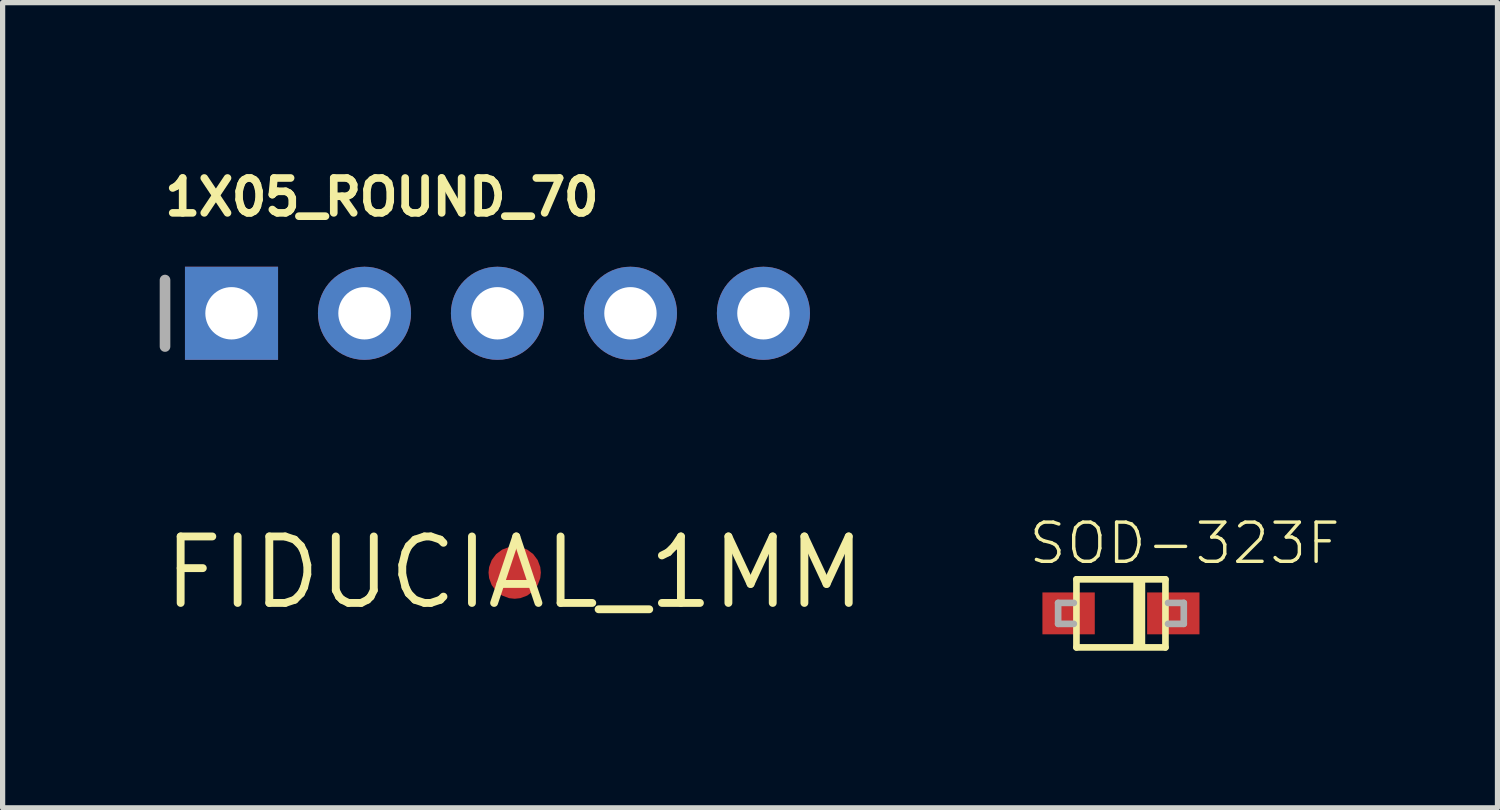
<source format=kicad_pcb>
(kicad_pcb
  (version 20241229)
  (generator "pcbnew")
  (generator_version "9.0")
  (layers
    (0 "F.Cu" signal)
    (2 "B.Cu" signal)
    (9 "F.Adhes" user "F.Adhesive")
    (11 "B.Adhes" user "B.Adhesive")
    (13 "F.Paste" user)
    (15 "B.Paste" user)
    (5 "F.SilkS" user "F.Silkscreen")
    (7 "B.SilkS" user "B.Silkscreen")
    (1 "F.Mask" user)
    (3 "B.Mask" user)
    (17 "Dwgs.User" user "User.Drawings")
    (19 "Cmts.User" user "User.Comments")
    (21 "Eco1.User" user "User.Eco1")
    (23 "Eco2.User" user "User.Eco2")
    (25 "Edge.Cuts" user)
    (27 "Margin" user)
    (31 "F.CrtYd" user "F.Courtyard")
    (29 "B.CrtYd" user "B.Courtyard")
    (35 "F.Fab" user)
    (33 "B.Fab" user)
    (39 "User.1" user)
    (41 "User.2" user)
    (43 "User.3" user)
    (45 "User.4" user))
  (footprint "1X05_ROUND_70"
    (layer "F.Cu")
    (at 6.452 2.934)
    (property "Reference" "1X05_ROUND_70" (at -6.426 -1.829 0) (layer "F.SilkS") (effects (font (size 0.666 0.666) (thickness 0.146)) (justify left bottom)))
    (fp_line (start -6.35 -0.635) (end -6.35 0.635) (stroke (width 0.203) (type solid)) (layer "F.Fab"))
    (fp_poly (pts (xy -5.334 0.254) (xy -4.826 0.254) (xy -4.826 -0.254) (xy -5.334 -0.254)) (stroke (width 0.1) (type solid)) (fill no) (layer "F.Fab"))
    (fp_poly (pts (xy -2.794 0.254) (xy -2.286 0.254) (xy -2.286 -0.254) (xy -2.794 -0.254)) (stroke (width 0.1) (type solid)) (fill no) (layer "F.Fab"))
    (fp_poly (pts (xy -0.254 0.254) (xy 0.254 0.254) (xy 0.254 -0.254) (xy -0.254 -0.254)) (stroke (width 0.1) (type solid)) (fill no) (layer "F.Fab"))
    (fp_poly (pts (xy 2.286 0.254) (xy 2.794 0.254) (xy 2.794 -0.254) (xy 2.286 -0.254)) (stroke (width 0.1) (type solid)) (fill no) (layer "F.Fab"))
    (fp_poly (pts (xy 4.826 0.254) (xy 5.334 0.254) (xy 5.334 -0.254) (xy 4.826 -0.254)) (stroke (width 0.1) (type solid)) (fill no) (layer "F.Fab"))
    (pad "1" thru_hole rect (at -5.08 0 90) (size 1.778 1.778) (drill 1) (layers "*.Cu" "*.Mask"))
    (pad "2" thru_hole circle (at -2.54 0 90) (size 1.778 1.778) (drill 1) (layers "*.Cu" "*.Mask"))
    (pad "3" thru_hole circle (at 0 0 90) (size 1.778 1.778) (drill 1) (layers "*.Cu" "*.Mask"))
    (pad "4" thru_hole circle (at 2.54 0 90) (size 1.778 1.778) (drill 1) (layers "*.Cu" "*.Mask"))
    (pad "5" thru_hole circle (at 5.08 0 90) (size 1.778 1.778) (drill 1) (layers "*.Cu" "*.Mask")))
  (footprint "FIDUCIAL_1MM"
    (layer "F.Cu")
    (at 6.781 7.887)
    (property "Reference" "FIDUCIAL_1MM" (at 0 0 0) (layer "F.SilkS") (effects (font (size 1.27 1.27) (thickness 0.15))))
    (fp_poly (pts (xy 0.404 -0.984) (xy 0.591 -0.885) (xy 0.752 -0.752) (xy 0.885 -0.591) (xy 0.983 -0.407) (xy 1.043 -0.208) (xy 1.064 0.003) (xy 0.984 0.404) (xy 0.885 0.591) (xy 0.752 0.752) (xy 0.591 0.885) (xy 0.407 0.983) (xy 0.208 1.043) (xy -0.003 1.064) (xy -0.404 0.984) (xy -0.591 0.885) (xy -0.752 0.752) (xy -0.885 0.591) (xy -0.983 0.407) (xy -1.043 0.208) (xy -1.064 -0.003) (xy -0.984 -0.404) (xy -0.885 -0.591) (xy -0.752 -0.752) (xy -0.591 -0.885) (xy -0.407 -0.983) (xy -0.208 -1.043) (xy 0.003 -1.064)) (stroke (width 0) (type solid)) (fill yes) (layer "F.Mask"))
    (pad "1" smd roundrect (at 0 0) (size 1 1) (layers "F.Cu") (roundrect_rratio 0.5))
    (zone (net_name "") (layer "F.Cu") (hatch edge 0.508) (connect_pads) (min_thickness 0.254) (filled_areas_thickness no) (keepout (tracks not_allowed) (vias not_allowed) (pads not_allowed) (copperpour not_allowed) (footprints allowed)) (placement (enabled no)) (fill) (polygon (pts (xy 5.781 7.887) (xy 5.8 8.082) (xy 5.857 8.27) (xy 5.949 8.443) (xy 6.074 8.594) (xy 6.225 8.719) (xy 6.398 8.811) (xy 6.781 8.887) (xy 6.976 8.868) (xy 7.163 8.811) (xy 7.336 8.719) (xy 7.488 8.594) (xy 7.612 8.443) (xy 7.704 8.27) (xy 7.781 7.887) (xy 7.761 7.692) (xy 7.704 7.505) (xy 7.612 7.332) (xy 7.488 7.18) (xy 7.336 7.056) (xy 7.163 6.963) (xy 6.781 6.887) (xy 6.586 6.907) (xy 6.398 6.963) (xy 6.225 7.056) (xy 6.074 7.18) (xy 5.949 7.332) (xy 5.857 7.505)))))
  (footprint "SOD-323F"
    (layer "F.Cu")
    (at 18.361 8.666)
    (property "Reference" "SOD-323F" (at -1.8 -0.9 0) (layer "F.SilkS") (effects (font (size 0.748 0.748) (thickness 0.065)) (justify left bottom)))
    (fp_line (start -0.85 -0.65) (end 0.85 -0.65) (stroke (width 0.127) (type solid)) (layer "F.SilkS"))
    (fp_line (start -0.85 0.65) (end -0.85 -0.65) (stroke (width 0.127) (type solid)) (layer "F.SilkS"))
    (fp_line (start 0.3 0.6) (end 0.3 -0.6) (stroke (width 0.127) (type solid)) (layer "F.SilkS"))
    (fp_line (start 0.4 -0.6) (end 0.4 0.6) (stroke (width 0.127) (type solid)) (layer "F.SilkS"))
    (fp_line (start 0.4 0.6) (end 0.3 0.6) (stroke (width 0.127) (type solid)) (layer "F.SilkS"))
    (fp_line (start 0.85 -0.65) (end 0.85 0.65) (stroke (width 0.127) (type solid)) (layer "F.SilkS"))
    (fp_line (start 0.85 0.65) (end -0.85 0.65) (stroke (width 0.127) (type solid)) (layer "F.SilkS"))
    (fp_line (start -1.2 -0.2) (end -1.2 0.2) (stroke (width 0.127) (type solid)) (layer "F.Fab"))
    (fp_line (start -1.2 0.2) (end -0.9 0.2) (stroke (width 0.127) (type solid)) (layer "F.Fab"))
    (fp_line (start -0.9 -0.2) (end -1.2 -0.2) (stroke (width 0.127) (type solid)) (layer "F.Fab"))
    (fp_line (start 0.9 -0.2) (end 1.2 -0.2) (stroke (width 0.127) (type solid)) (layer "F.Fab"))
    (fp_line (start 1.2 -0.2) (end 1.2 0.2) (stroke (width 0.127) (type solid)) (layer "F.Fab"))
    (fp_line (start 1.2 0.2) (end 0.9 0.2) (stroke (width 0.127) (type solid)) (layer "F.Fab"))
    (pad "A" smd rect (at -1 0) (size 1 0.8) (layers "F.Cu" "F.Mask" "F.Paste"))
    (pad "C" smd rect (at 1 0) (size 1 0.8) (layers "F.Cu" "F.Mask" "F.Paste")))
  (gr_rect
    (start -3 -3)
    (end 25.553 12.38)
    (stroke (width 0.1) (type default))
    (fill no)
    (layer "Edge.Cuts")))
</source>
